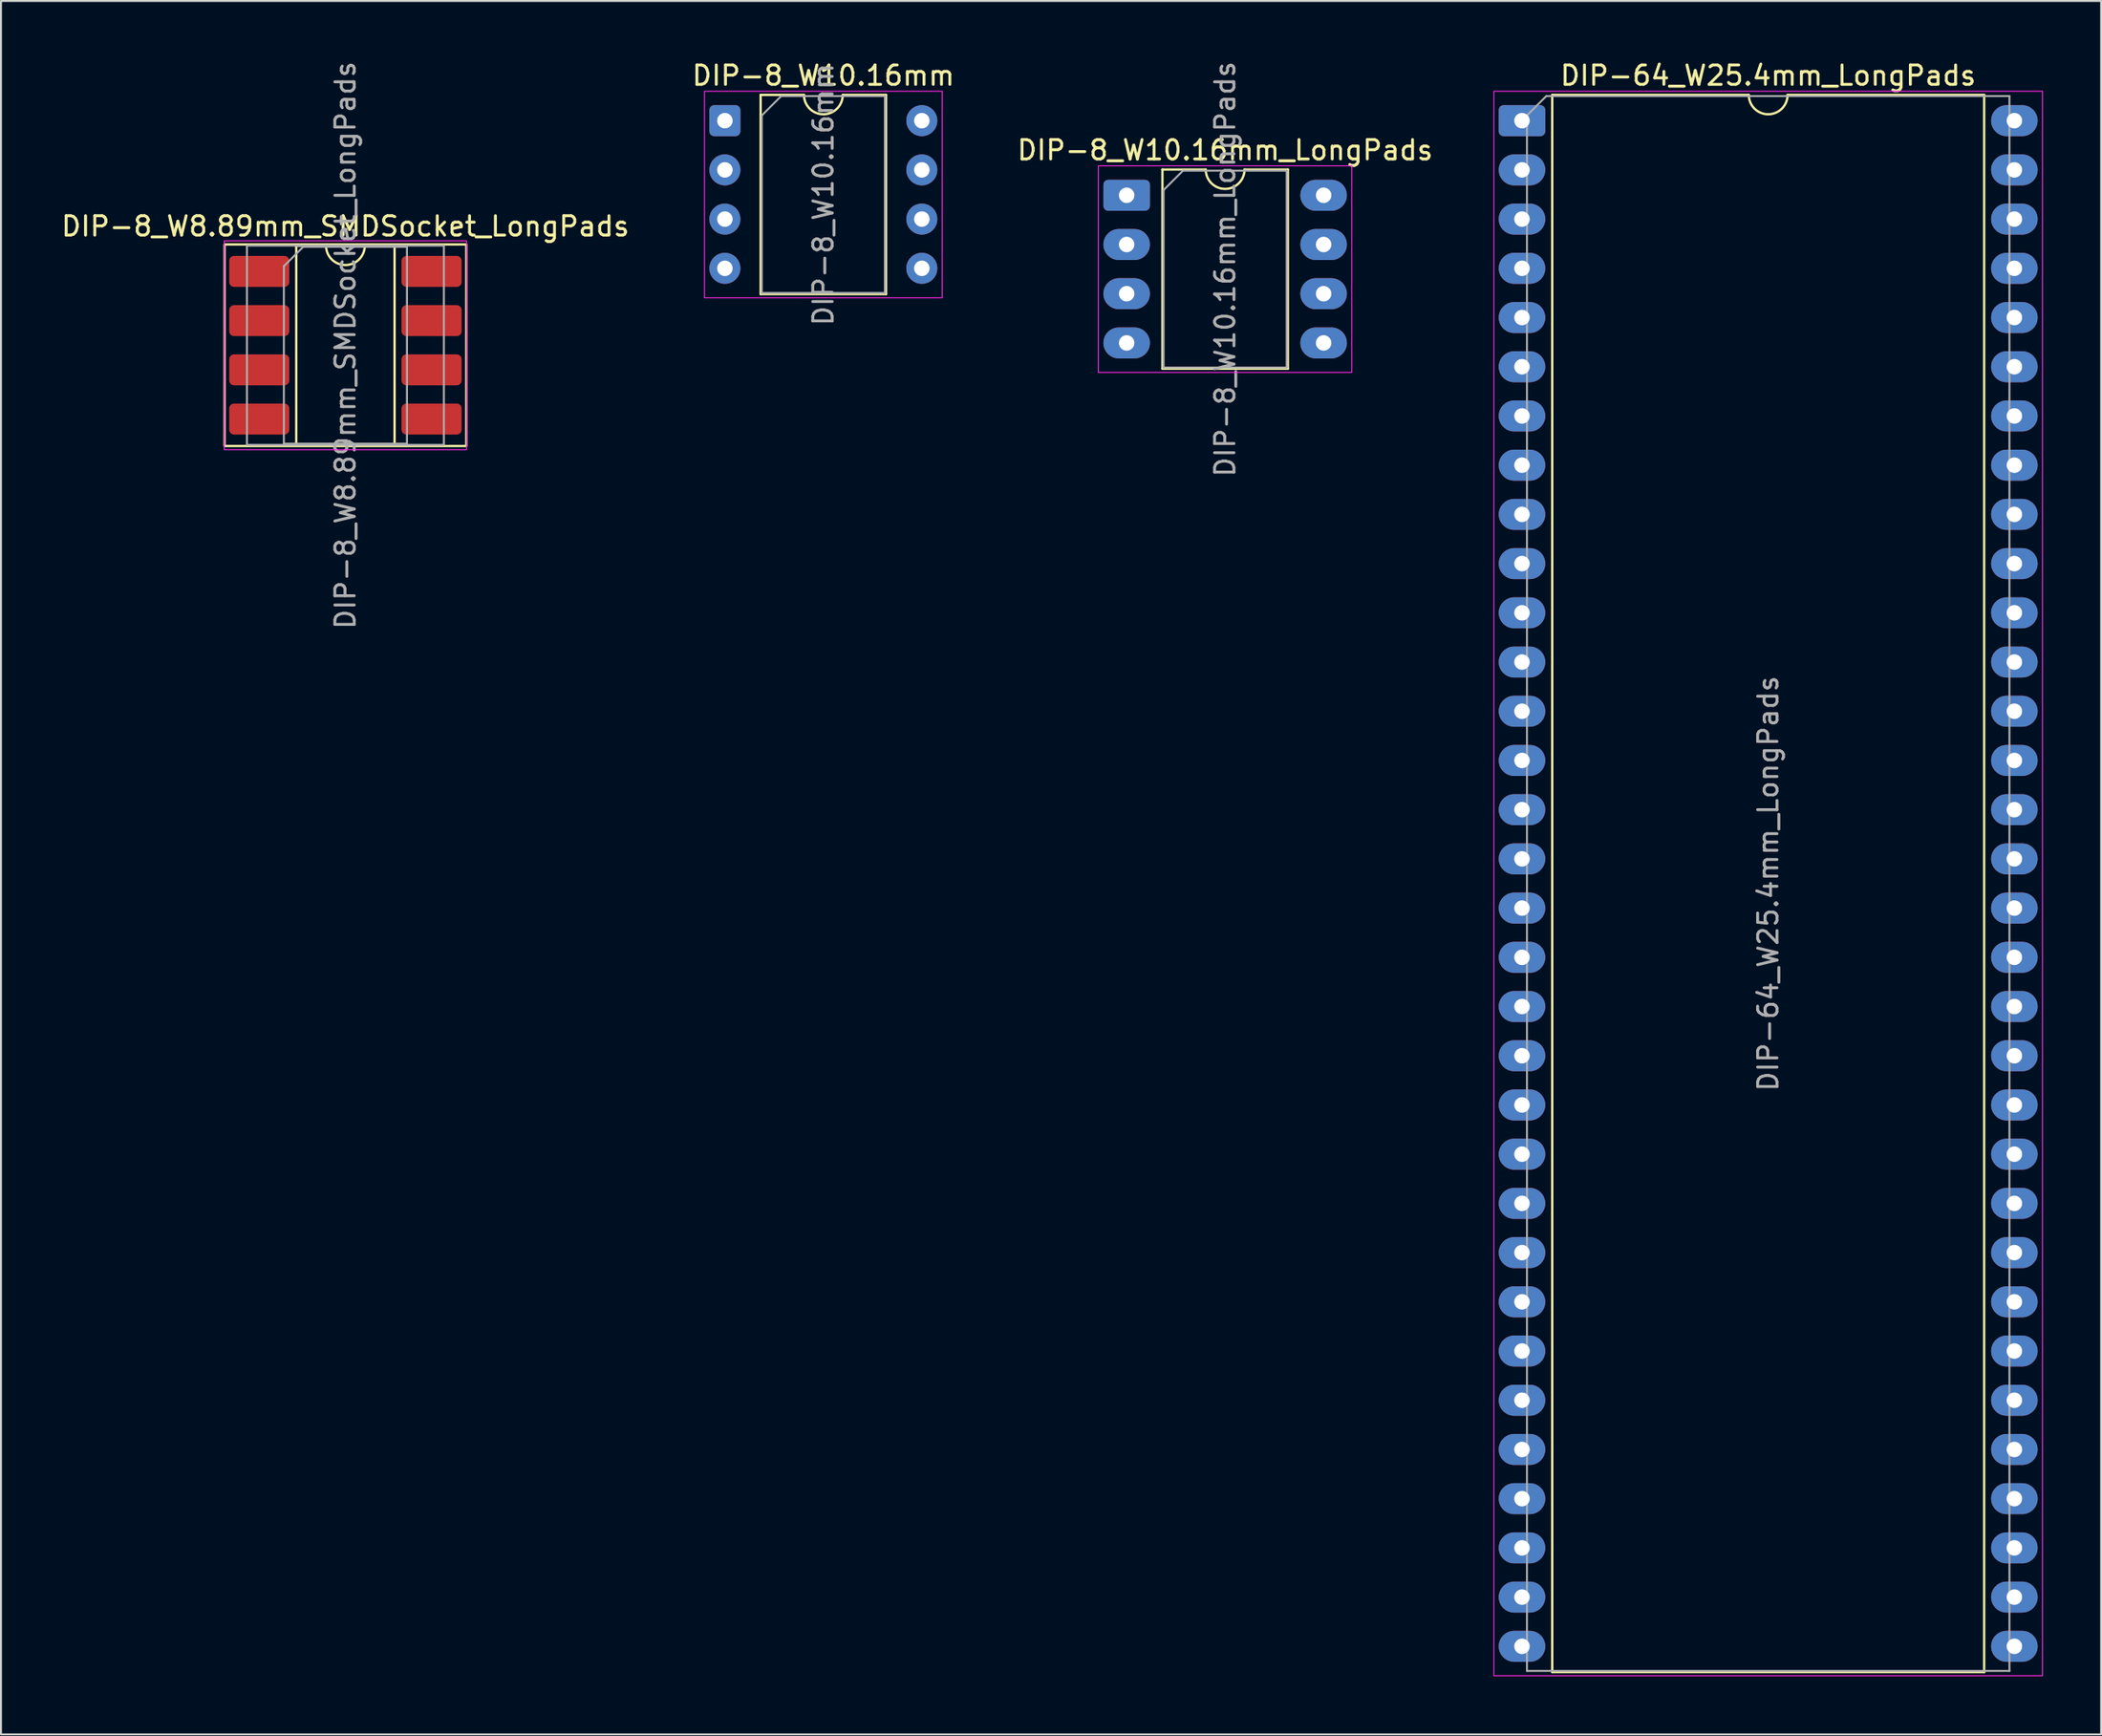
<source format=kicad_pcb>
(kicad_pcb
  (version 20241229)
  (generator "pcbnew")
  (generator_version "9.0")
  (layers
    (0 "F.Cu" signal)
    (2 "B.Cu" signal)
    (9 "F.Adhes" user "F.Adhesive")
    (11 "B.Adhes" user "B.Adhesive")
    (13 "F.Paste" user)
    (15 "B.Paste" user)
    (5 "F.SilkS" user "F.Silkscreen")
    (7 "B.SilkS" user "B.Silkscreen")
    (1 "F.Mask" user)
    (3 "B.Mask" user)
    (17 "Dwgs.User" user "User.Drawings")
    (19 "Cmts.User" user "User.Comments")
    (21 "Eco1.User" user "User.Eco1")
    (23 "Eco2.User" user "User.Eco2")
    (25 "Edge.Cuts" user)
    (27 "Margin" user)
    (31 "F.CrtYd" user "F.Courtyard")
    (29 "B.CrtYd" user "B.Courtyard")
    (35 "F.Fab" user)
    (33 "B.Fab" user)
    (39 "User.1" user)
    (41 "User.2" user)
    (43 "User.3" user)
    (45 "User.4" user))
  (footprint "DIP-8_W10.16mm"
    (layer "F.Cu")
    (at 34.343 3.178)
    (property "Reference" "DIP-8_W10.16mm" (at 5.08 -2.33 0) (layer "F.SilkS") (effects (font (size 1 1) (thickness 0.15))))
    (attr through_hole)
    (fp_line (start 1.845 -1.33) (end 1.845 8.95) (stroke (width 0.12) (type solid)) (layer "F.SilkS"))
    (fp_line (start 1.845 8.95) (end 8.315 8.95) (stroke (width 0.12) (type solid)) (layer "F.SilkS"))
    (fp_line (start 4.08 -1.33) (end 1.845 -1.33) (stroke (width 0.12) (type solid)) (layer "F.SilkS"))
    (fp_line (start 8.315 -1.33) (end 6.08 -1.33) (stroke (width 0.12) (type solid)) (layer "F.SilkS"))
    (fp_line (start 8.315 8.95) (end 8.315 -1.33) (stroke (width 0.12) (type solid)) (layer "F.SilkS"))
    (fp_arc (start 6.08 -1.33) (mid 5.08 -0.33) (end 4.08 -1.33) (stroke (width 0.12) (type solid)) (layer "F.SilkS"))
    (fp_rect (start -1.05 -1.52) (end 11.21 9.14) (stroke (width 0.05) (type solid)) (fill no) (layer "F.CrtYd"))
    (fp_line (start 1.905 -0.27) (end 2.905 -1.27) (stroke (width 0.1) (type solid)) (layer "F.Fab"))
    (fp_line (start 1.905 8.89) (end 1.905 -0.27) (stroke (width 0.1) (type solid)) (layer "F.Fab"))
    (fp_line (start 2.905 -1.27) (end 8.255 -1.27) (stroke (width 0.1) (type solid)) (layer "F.Fab"))
    (fp_line (start 8.255 -1.27) (end 8.255 8.89) (stroke (width 0.1) (type solid)) (layer "F.Fab"))
    (fp_line (start 8.255 8.89) (end 1.905 8.89) (stroke (width 0.1) (type solid)) (layer "F.Fab"))
    (fp_text user "${REFERENCE}" (at 5.08 3.81 90) (layer "F.Fab") (effects (font (size 1 1) (thickness 0.15))))
    (pad "1" thru_hole roundrect (at 0 0) (size 1.6 1.6) (drill 0.8) (layers "*.Cu" "*.Mask") (roundrect_rratio 0.156))
    (pad "2" thru_hole circle (at 0 2.54) (size 1.6 1.6) (drill 0.8) (layers "*.Cu" "*.Mask"))
    (pad "3" thru_hole circle (at 0 5.08) (size 1.6 1.6) (drill 0.8) (layers "*.Cu" "*.Mask"))
    (pad "4" thru_hole circle (at 0 7.62) (size 1.6 1.6) (drill 0.8) (layers "*.Cu" "*.Mask"))
    (pad "5" thru_hole circle (at 10.16 7.62) (size 1.6 1.6) (drill 0.8) (layers "*.Cu" "*.Mask"))
    (pad "6" thru_hole circle (at 10.16 5.08) (size 1.6 1.6) (drill 0.8) (layers "*.Cu" "*.Mask"))
    (pad "7" thru_hole circle (at 10.16 2.54) (size 1.6 1.6) (drill 0.8) (layers "*.Cu" "*.Mask"))
    (pad "8" thru_hole circle (at 10.16 0) (size 1.6 1.6) (drill 0.8) (layers "*.Cu" "*.Mask")))
  (footprint "DIP-8_W8.89mm_SMDSocket_LongPads"
    (layer "F.Cu")
    (at 14.768 14.768)
    (property "Reference" "DIP-8_W8.89mm_SMDSocket_LongPads" (at 0 -6.14 0) (layer "F.SilkS") (effects (font (size 1 1) (thickness 0.15))))
    (attr smd)
    (fp_line (start -2.535 -5.14) (end -2.535 5.14) (stroke (width 0.12) (type solid)) (layer "F.SilkS"))
    (fp_line (start -2.535 5.14) (end 2.535 5.14) (stroke (width 0.12) (type solid)) (layer "F.SilkS"))
    (fp_line (start -1 -5.14) (end -2.535 -5.14) (stroke (width 0.12) (type solid)) (layer "F.SilkS"))
    (fp_line (start 2.535 -5.14) (end 1 -5.14) (stroke (width 0.12) (type solid)) (layer "F.SilkS"))
    (fp_line (start 2.535 5.14) (end 2.535 -5.14) (stroke (width 0.12) (type solid)) (layer "F.SilkS"))
    (fp_rect (start -6.235 -5.2) (end 6.235 5.2) (stroke (width 0.12) (type solid)) (fill no) (layer "F.SilkS"))
    (fp_arc (start 1 -5.14) (mid 0 -4.14) (end -1 -5.14) (stroke (width 0.12) (type solid)) (layer "F.SilkS"))
    (fp_rect (start -6.25 -5.39) (end 6.25 5.39) (stroke (width 0.05) (type solid)) (fill no) (layer "F.CrtYd"))
    (fp_line (start -3.175 -4.08) (end -2.175 -5.08) (stroke (width 0.1) (type solid)) (layer "F.Fab"))
    (fp_line (start -3.175 5.08) (end -3.175 -4.08) (stroke (width 0.1) (type solid)) (layer "F.Fab"))
    (fp_line (start -2.175 -5.08) (end 3.175 -5.08) (stroke (width 0.1) (type solid)) (layer "F.Fab"))
    (fp_line (start 3.175 -5.08) (end 3.175 5.08) (stroke (width 0.1) (type solid)) (layer "F.Fab"))
    (fp_line (start 3.175 5.08) (end -3.175 5.08) (stroke (width 0.1) (type solid)) (layer "F.Fab"))
    (fp_rect (start -5.08 -5.14) (end 5.08 5.14) (stroke (width 0.1) (type solid)) (fill no) (layer "F.Fab"))
    (fp_text user "${REFERENCE}" (at 0 0 90) (layer "F.Fab") (effects (font (size 1 1) (thickness 0.15))))
    (pad "1" smd roundrect (at -4.445 -3.81) (size 3.1 1.6) (layers "F.Cu" "F.Mask" "F.Paste") (roundrect_rratio 0.156))
    (pad "2" smd roundrect (at -4.445 -1.27) (size 3.1 1.6) (layers "F.Cu" "F.Mask" "F.Paste") (roundrect_rratio 0.156))
    (pad "3" smd roundrect (at -4.445 1.27) (size 3.1 1.6) (layers "F.Cu" "F.Mask" "F.Paste") (roundrect_rratio 0.156))
    (pad "4" smd roundrect (at -4.445 3.81) (size 3.1 1.6) (layers "F.Cu" "F.Mask" "F.Paste") (roundrect_rratio 0.156))
    (pad "5" smd roundrect (at 4.445 3.81) (size 3.1 1.6) (layers "F.Cu" "F.Mask" "F.Paste") (roundrect_rratio 0.156))
    (pad "6" smd roundrect (at 4.445 1.27) (size 3.1 1.6) (layers "F.Cu" "F.Mask" "F.Paste") (roundrect_rratio 0.156))
    (pad "7" smd roundrect (at 4.445 -1.27) (size 3.1 1.6) (layers "F.Cu" "F.Mask" "F.Paste") (roundrect_rratio 0.156))
    (pad "8" smd roundrect (at 4.445 -3.81) (size 3.1 1.6) (layers "F.Cu" "F.Mask" "F.Paste") (roundrect_rratio 0.156)))
  (footprint "DIP-8_W10.16mm_LongPads"
    (layer "F.Cu")
    (at 55.069 7.029)
    (property "Reference" "DIP-8_W10.16mm_LongPads" (at 5.08 -2.33 0) (layer "F.SilkS") (effects (font (size 1 1) (thickness 0.15))))
    (attr through_hole)
    (fp_line (start 1.845 -1.33) (end 1.845 8.95) (stroke (width 0.12) (type solid)) (layer "F.SilkS"))
    (fp_line (start 1.845 8.95) (end 8.315 8.95) (stroke (width 0.12) (type solid)) (layer "F.SilkS"))
    (fp_line (start 4.08 -1.33) (end 1.845 -1.33) (stroke (width 0.12) (type solid)) (layer "F.SilkS"))
    (fp_line (start 8.315 -1.33) (end 6.08 -1.33) (stroke (width 0.12) (type solid)) (layer "F.SilkS"))
    (fp_line (start 8.315 8.95) (end 8.315 -1.33) (stroke (width 0.12) (type solid)) (layer "F.SilkS"))
    (fp_arc (start 6.08 -1.33) (mid 5.08 -0.33) (end 4.08 -1.33) (stroke (width 0.12) (type solid)) (layer "F.SilkS"))
    (fp_rect (start -1.46 -1.52) (end 11.61 9.14) (stroke (width 0.05) (type solid)) (fill no) (layer "F.CrtYd"))
    (fp_line (start 1.905 -0.27) (end 2.905 -1.27) (stroke (width 0.1) (type solid)) (layer "F.Fab"))
    (fp_line (start 1.905 8.89) (end 1.905 -0.27) (stroke (width 0.1) (type solid)) (layer "F.Fab"))
    (fp_line (start 2.905 -1.27) (end 8.255 -1.27) (stroke (width 0.1) (type solid)) (layer "F.Fab"))
    (fp_line (start 8.255 -1.27) (end 8.255 8.89) (stroke (width 0.1) (type solid)) (layer "F.Fab"))
    (fp_line (start 8.255 8.89) (end 1.905 8.89) (stroke (width 0.1) (type solid)) (layer "F.Fab"))
    (fp_text user "${REFERENCE}" (at 5.08 3.81 90) (layer "F.Fab") (effects (font (size 1 1) (thickness 0.15))))
    (pad "1" thru_hole roundrect (at 0 0) (size 2.4 1.6) (drill 0.8) (layers "*.Cu" "*.Mask") (roundrect_rratio 0.156))
    (pad "2" thru_hole oval (at 0 2.54) (size 2.4 1.6) (drill 0.8) (layers "*.Cu" "*.Mask"))
    (pad "3" thru_hole oval (at 0 5.08) (size 2.4 1.6) (drill 0.8) (layers "*.Cu" "*.Mask"))
    (pad "4" thru_hole oval (at 0 7.62) (size 2.4 1.6) (drill 0.8) (layers "*.Cu" "*.Mask"))
    (pad "5" thru_hole oval (at 10.16 7.62) (size 2.4 1.6) (drill 0.8) (layers "*.Cu" "*.Mask"))
    (pad "6" thru_hole oval (at 10.16 5.08) (size 2.4 1.6) (drill 0.8) (layers "*.Cu" "*.Mask"))
    (pad "7" thru_hole oval (at 10.16 2.54) (size 2.4 1.6) (drill 0.8) (layers "*.Cu" "*.Mask"))
    (pad "8" thru_hole oval (at 10.16 0) (size 2.4 1.6) (drill 0.8) (layers "*.Cu" "*.Mask")))
  (footprint "DIP-64_W25.4mm_LongPads"
    (layer "F.Cu")
    (at 75.463 3.178)
    (property "Reference" "DIP-64_W25.4mm_LongPads" (at 12.7 -2.33 0) (layer "F.SilkS") (effects (font (size 1 1) (thickness 0.15))))
    (attr through_hole)
    (fp_line (start 1.56 -1.33) (end 1.56 80.07) (stroke (width 0.12) (type solid)) (layer "F.SilkS"))
    (fp_line (start 1.56 80.07) (end 23.84 80.07) (stroke (width 0.12) (type solid)) (layer "F.SilkS"))
    (fp_line (start 11.7 -1.33) (end 1.56 -1.33) (stroke (width 0.12) (type solid)) (layer "F.SilkS"))
    (fp_line (start 23.84 -1.33) (end 13.7 -1.33) (stroke (width 0.12) (type solid)) (layer "F.SilkS"))
    (fp_line (start 23.84 80.07) (end 23.84 -1.33) (stroke (width 0.12) (type solid)) (layer "F.SilkS"))
    (fp_arc (start 13.7 -1.33) (mid 12.7 -0.33) (end 11.7 -1.33) (stroke (width 0.12) (type solid)) (layer "F.SilkS"))
    (fp_rect (start -1.45 -1.52) (end 26.85 80.26) (stroke (width 0.05) (type solid)) (fill no) (layer "F.CrtYd"))
    (fp_line (start 0.255 -0.27) (end 1.255 -1.27) (stroke (width 0.1) (type solid)) (layer "F.Fab"))
    (fp_line (start 0.255 80.01) (end 0.255 -0.27) (stroke (width 0.1) (type solid)) (layer "F.Fab"))
    (fp_line (start 1.255 -1.27) (end 25.145 -1.27) (stroke (width 0.1) (type solid)) (layer "F.Fab"))
    (fp_line (start 25.145 -1.27) (end 25.145 80.01) (stroke (width 0.1) (type solid)) (layer "F.Fab"))
    (fp_line (start 25.145 80.01) (end 0.255 80.01) (stroke (width 0.1) (type solid)) (layer "F.Fab"))
    (fp_text user "${REFERENCE}" (at 12.7 39.37 90) (layer "F.Fab") (effects (font (size 1 1) (thickness 0.15))))
    (pad "1" thru_hole roundrect (at 0 0) (size 2.4 1.6) (drill 0.8) (layers "*.Cu" "*.Mask") (roundrect_rratio 0.156))
    (pad "2" thru_hole oval (at 0 2.54) (size 2.4 1.6) (drill 0.8) (layers "*.Cu" "*.Mask"))
    (pad "3" thru_hole oval (at 0 5.08) (size 2.4 1.6) (drill 0.8) (layers "*.Cu" "*.Mask"))
    (pad "4" thru_hole oval (at 0 7.62) (size 2.4 1.6) (drill 0.8) (layers "*.Cu" "*.Mask"))
    (pad "5" thru_hole oval (at 0 10.16) (size 2.4 1.6) (drill 0.8) (layers "*.Cu" "*.Mask"))
    (pad "6" thru_hole oval (at 0 12.7) (size 2.4 1.6) (drill 0.8) (layers "*.Cu" "*.Mask"))
    (pad "7" thru_hole oval (at 0 15.24) (size 2.4 1.6) (drill 0.8) (layers "*.Cu" "*.Mask"))
    (pad "8" thru_hole oval (at 0 17.78) (size 2.4 1.6) (drill 0.8) (layers "*.Cu" "*.Mask"))
    (pad "9" thru_hole oval (at 0 20.32) (size 2.4 1.6) (drill 0.8) (layers "*.Cu" "*.Mask"))
    (pad "10" thru_hole oval (at 0 22.86) (size 2.4 1.6) (drill 0.8) (layers "*.Cu" "*.Mask"))
    (pad "11" thru_hole oval (at 0 25.4) (size 2.4 1.6) (drill 0.8) (layers "*.Cu" "*.Mask"))
    (pad "12" thru_hole oval (at 0 27.94) (size 2.4 1.6) (drill 0.8) (layers "*.Cu" "*.Mask"))
    (pad "13" thru_hole oval (at 0 30.48) (size 2.4 1.6) (drill 0.8) (layers "*.Cu" "*.Mask"))
    (pad "14" thru_hole oval (at 0 33.02) (size 2.4 1.6) (drill 0.8) (layers "*.Cu" "*.Mask"))
    (pad "15" thru_hole oval (at 0 35.56) (size 2.4 1.6) (drill 0.8) (layers "*.Cu" "*.Mask"))
    (pad "16" thru_hole oval (at 0 38.1) (size 2.4 1.6) (drill 0.8) (layers "*.Cu" "*.Mask"))
    (pad "17" thru_hole oval (at 0 40.64) (size 2.4 1.6) (drill 0.8) (layers "*.Cu" "*.Mask"))
    (pad "18" thru_hole oval (at 0 43.18) (size 2.4 1.6) (drill 0.8) (layers "*.Cu" "*.Mask"))
    (pad "19" thru_hole oval (at 0 45.72) (size 2.4 1.6) (drill 0.8) (layers "*.Cu" "*.Mask"))
    (pad "20" thru_hole oval (at 0 48.26) (size 2.4 1.6) (drill 0.8) (layers "*.Cu" "*.Mask"))
    (pad "21" thru_hole oval (at 0 50.8) (size 2.4 1.6) (drill 0.8) (layers "*.Cu" "*.Mask"))
    (pad "22" thru_hole oval (at 0 53.34) (size 2.4 1.6) (drill 0.8) (layers "*.Cu" "*.Mask"))
    (pad "23" thru_hole oval (at 0 55.88) (size 2.4 1.6) (drill 0.8) (layers "*.Cu" "*.Mask"))
    (pad "24" thru_hole oval (at 0 58.42) (size 2.4 1.6) (drill 0.8) (layers "*.Cu" "*.Mask"))
    (pad "25" thru_hole oval (at 0 60.96) (size 2.4 1.6) (drill 0.8) (layers "*.Cu" "*.Mask"))
    (pad "26" thru_hole oval (at 0 63.5) (size 2.4 1.6) (drill 0.8) (layers "*.Cu" "*.Mask"))
    (pad "27" thru_hole oval (at 0 66.04) (size 2.4 1.6) (drill 0.8) (layers "*.Cu" "*.Mask"))
    (pad "28" thru_hole oval (at 0 68.58) (size 2.4 1.6) (drill 0.8) (layers "*.Cu" "*.Mask"))
    (pad "29" thru_hole oval (at 0 71.12) (size 2.4 1.6) (drill 0.8) (layers "*.Cu" "*.Mask"))
    (pad "30" thru_hole oval (at 0 73.66) (size 2.4 1.6) (drill 0.8) (layers "*.Cu" "*.Mask"))
    (pad "31" thru_hole oval (at 0 76.2) (size 2.4 1.6) (drill 0.8) (layers "*.Cu" "*.Mask"))
    (pad "32" thru_hole oval (at 0 78.74) (size 2.4 1.6) (drill 0.8) (layers "*.Cu" "*.Mask"))
    (pad "33" thru_hole oval (at 25.4 78.74) (size 2.4 1.6) (drill 0.8) (layers "*.Cu" "*.Mask"))
    (pad "34" thru_hole oval (at 25.4 76.2) (size 2.4 1.6) (drill 0.8) (layers "*.Cu" "*.Mask"))
    (pad "35" thru_hole oval (at 25.4 73.66) (size 2.4 1.6) (drill 0.8) (layers "*.Cu" "*.Mask"))
    (pad "36" thru_hole oval (at 25.4 71.12) (size 2.4 1.6) (drill 0.8) (layers "*.Cu" "*.Mask"))
    (pad "37" thru_hole oval (at 25.4 68.58) (size 2.4 1.6) (drill 0.8) (layers "*.Cu" "*.Mask"))
    (pad "38" thru_hole oval (at 25.4 66.04) (size 2.4 1.6) (drill 0.8) (layers "*.Cu" "*.Mask"))
    (pad "39" thru_hole oval (at 25.4 63.5) (size 2.4 1.6) (drill 0.8) (layers "*.Cu" "*.Mask"))
    (pad "40" thru_hole oval (at 25.4 60.96) (size 2.4 1.6) (drill 0.8) (layers "*.Cu" "*.Mask"))
    (pad "41" thru_hole oval (at 25.4 58.42) (size 2.4 1.6) (drill 0.8) (layers "*.Cu" "*.Mask"))
    (pad "42" thru_hole oval (at 25.4 55.88) (size 2.4 1.6) (drill 0.8) (layers "*.Cu" "*.Mask"))
    (pad "43" thru_hole oval (at 25.4 53.34) (size 2.4 1.6) (drill 0.8) (layers "*.Cu" "*.Mask"))
    (pad "44" thru_hole oval (at 25.4 50.8) (size 2.4 1.6) (drill 0.8) (layers "*.Cu" "*.Mask"))
    (pad "45" thru_hole oval (at 25.4 48.26) (size 2.4 1.6) (drill 0.8) (layers "*.Cu" "*.Mask"))
    (pad "46" thru_hole oval (at 25.4 45.72) (size 2.4 1.6) (drill 0.8) (layers "*.Cu" "*.Mask"))
    (pad "47" thru_hole oval (at 25.4 43.18) (size 2.4 1.6) (drill 0.8) (layers "*.Cu" "*.Mask"))
    (pad "48" thru_hole oval (at 25.4 40.64) (size 2.4 1.6) (drill 0.8) (layers "*.Cu" "*.Mask"))
    (pad "49" thru_hole oval (at 25.4 38.1) (size 2.4 1.6) (drill 0.8) (layers "*.Cu" "*.Mask"))
    (pad "50" thru_hole oval (at 25.4 35.56) (size 2.4 1.6) (drill 0.8) (layers "*.Cu" "*.Mask"))
    (pad "51" thru_hole oval (at 25.4 33.02) (size 2.4 1.6) (drill 0.8) (layers "*.Cu" "*.Mask"))
    (pad "52" thru_hole oval (at 25.4 30.48) (size 2.4 1.6) (drill 0.8) (layers "*.Cu" "*.Mask"))
    (pad "53" thru_hole oval (at 25.4 27.94) (size 2.4 1.6) (drill 0.8) (layers "*.Cu" "*.Mask"))
    (pad "54" thru_hole oval (at 25.4 25.4) (size 2.4 1.6) (drill 0.8) (layers "*.Cu" "*.Mask"))
    (pad "55" thru_hole oval (at 25.4 22.86) (size 2.4 1.6) (drill 0.8) (layers "*.Cu" "*.Mask"))
    (pad "56" thru_hole oval (at 25.4 20.32) (size 2.4 1.6) (drill 0.8) (layers "*.Cu" "*.Mask"))
    (pad "57" thru_hole oval (at 25.4 17.78) (size 2.4 1.6) (drill 0.8) (layers "*.Cu" "*.Mask"))
    (pad "58" thru_hole oval (at 25.4 15.24) (size 2.4 1.6) (drill 0.8) (layers "*.Cu" "*.Mask"))
    (pad "59" thru_hole oval (at 25.4 12.7) (size 2.4 1.6) (drill 0.8) (layers "*.Cu" "*.Mask"))
    (pad "60" thru_hole oval (at 25.4 10.16) (size 2.4 1.6) (drill 0.8) (layers "*.Cu" "*.Mask"))
    (pad "61" thru_hole oval (at 25.4 7.62) (size 2.4 1.6) (drill 0.8) (layers "*.Cu" "*.Mask"))
    (pad "62" thru_hole oval (at 25.4 5.08) (size 2.4 1.6) (drill 0.8) (layers "*.Cu" "*.Mask"))
    (pad "63" thru_hole oval (at 25.4 2.54) (size 2.4 1.6) (drill 0.8) (layers "*.Cu" "*.Mask"))
    (pad "64" thru_hole oval (at 25.4 0) (size 2.4 1.6) (drill 0.8) (layers "*.Cu" "*.Mask")))
  (gr_rect
    (start -3 -3)
    (end 105.338 86.463)
    (stroke (width 0.1) (type default))
    (fill no)
    (layer "Edge.Cuts")))
</source>
